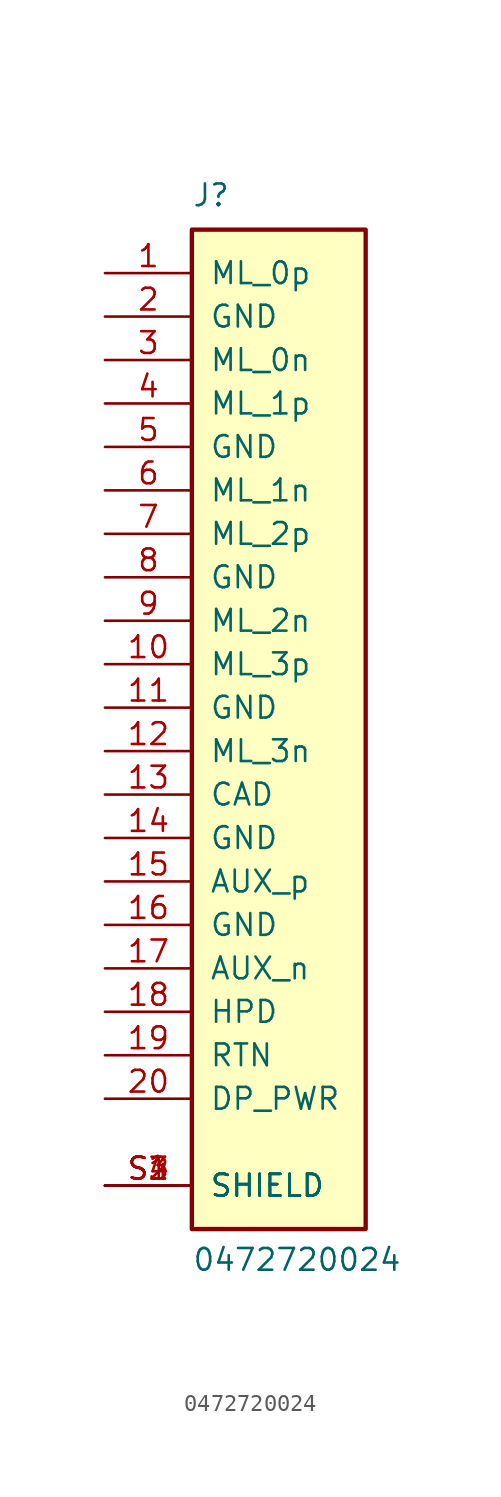
<source format=kicad_sym>
(kicad_symbol_lib
  (version 20231120)
  (generator "kicad_symbol_editor")
  (generator_version "8.99")
  (symbol "0472720024"
    (pin_names
      (offset 1.016))
    (property "Reference" "J"
      (at -5.08 29.21 0)
      (effects (font (size 1.27 1.27)) (justify left bottom)))
    (property "Value" "0472720024"
      (at -5.08 -33.02 0)
      (effects (font (size 1.27 1.27)) (justify left bottom)))
    (symbol "0472720024_0_0"
      (rectangle (start -5.08 27.94) (end 5.08 -30.48) (stroke (width 0.254) (type default)) (fill (type background)))
      (pin passive line (at -10.16 25.4 0) (length 5.08) (name "ML_0p" (effects (font (size 1.27 1.27)))) (number "1" (effects (font (size 1.27 1.27)))))
      (pin passive line (at -10.16 2.54 0) (length 5.08) (name "ML_3p" (effects (font (size 1.27 1.27)))) (number "10" (effects (font (size 1.27 1.27)))))
      (pin passive line (at -10.16 0 0) (length 5.08) (name "GND" (effects (font (size 1.27 1.27)))) (number "11" (effects (font (size 1.27 1.27)))))
      (pin passive line (at -10.16 -2.54 0) (length 5.08) (name "ML_3n" (effects (font (size 1.27 1.27)))) (number "12" (effects (font (size 1.27 1.27)))))
      (pin passive line (at -10.16 -5.08 0) (length 5.08) (name "CAD" (effects (font (size 1.27 1.27)))) (number "13" (effects (font (size 1.27 1.27)))))
      (pin passive line (at -10.16 -7.62 0) (length 5.08) (name "GND" (effects (font (size 1.27 1.27)))) (number "14" (effects (font (size 1.27 1.27)))))
      (pin passive line (at -10.16 -10.16 0) (length 5.08) (name "AUX_p" (effects (font (size 1.27 1.27)))) (number "15" (effects (font (size 1.27 1.27)))))
      (pin passive line (at -10.16 -12.7 0) (length 5.08) (name "GND" (effects (font (size 1.27 1.27)))) (number "16" (effects (font (size 1.27 1.27)))))
      (pin passive line (at -10.16 -15.24 0) (length 5.08) (name "AUX_n" (effects (font (size 1.27 1.27)))) (number "17" (effects (font (size 1.27 1.27)))))
      (pin passive line (at -10.16 -17.78 0) (length 5.08) (name "HPD" (effects (font (size 1.27 1.27)))) (number "18" (effects (font (size 1.27 1.27)))))
      (pin passive line (at -10.16 -20.32 0) (length 5.08) (name "RTN" (effects (font (size 1.27 1.27)))) (number "19" (effects (font (size 1.27 1.27)))))
      (pin passive line (at -10.16 22.86 0) (length 5.08) (name "GND" (effects (font (size 1.27 1.27)))) (number "2" (effects (font (size 1.27 1.27)))))
      (pin passive line (at -10.16 -22.86 0) (length 5.08) (name "DP_PWR" (effects (font (size 1.27 1.27)))) (number "20" (effects (font (size 1.27 1.27)))))
      (pin passive line (at -10.16 20.32 0) (length 5.08) (name "ML_0n" (effects (font (size 1.27 1.27)))) (number "3" (effects (font (size 1.27 1.27)))))
      (pin passive line (at -10.16 17.78 0) (length 5.08) (name "ML_1p" (effects (font (size 1.27 1.27)))) (number "4" (effects (font (size 1.27 1.27)))))
      (pin passive line (at -10.16 15.24 0) (length 5.08) (name "GND" (effects (font (size 1.27 1.27)))) (number "5" (effects (font (size 1.27 1.27)))))
      (pin passive line (at -10.16 12.7 0) (length 5.08) (name "ML_1n" (effects (font (size 1.27 1.27)))) (number "6" (effects (font (size 1.27 1.27)))))
      (pin passive line (at -10.16 10.16 0) (length 5.08) (name "ML_2p" (effects (font (size 1.27 1.27)))) (number "7" (effects (font (size 1.27 1.27)))))
      (pin passive line (at -10.16 7.62 0) (length 5.08) (name "GND" (effects (font (size 1.27 1.27)))) (number "8" (effects (font (size 1.27 1.27)))))
      (pin passive line (at -10.16 5.08 0) (length 5.08) (name "ML_2n" (effects (font (size 1.27 1.27)))) (number "9" (effects (font (size 1.27 1.27)))))
      (pin passive line (at -10.16 -27.94 0) (length 5.08) (name "SHIELD" (effects (font (size 1.27 1.27)))) (number "S1" (effects (font (size 1.27 1.27)))))
      (pin passive line (at -10.16 -27.94 0) (length 5.08) (name "SHIELD" (effects (font (size 1.27 1.27)))) (number "S2" (effects (font (size 1.27 1.27)))))
      (pin passive line (at -10.16 -27.94 0) (length 5.08) (name "SHIELD" (effects (font (size 1.27 1.27)))) (number "S3" (effects (font (size 1.27 1.27)))))
      (pin passive line (at -10.16 -27.94 0) (length 5.08) (name "SHIELD" (effects (font (size 1.27 1.27)))) (number "S4" (effects (font (size 1.27 1.27))))))))
</source>
